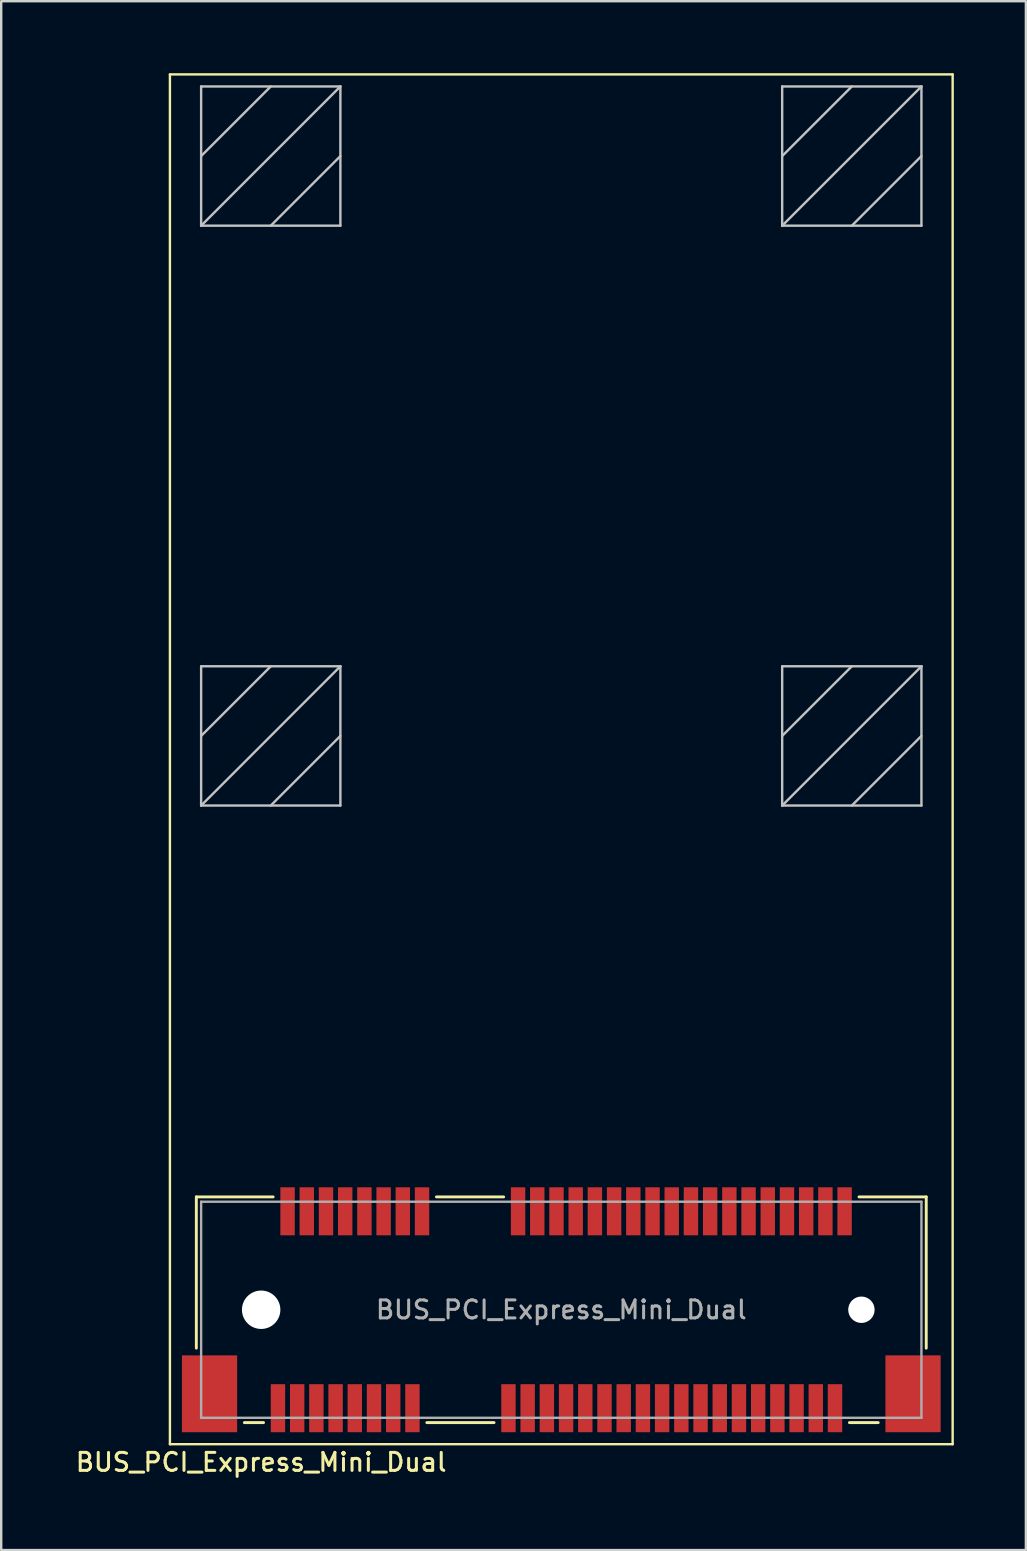
<source format=kicad_pcb>
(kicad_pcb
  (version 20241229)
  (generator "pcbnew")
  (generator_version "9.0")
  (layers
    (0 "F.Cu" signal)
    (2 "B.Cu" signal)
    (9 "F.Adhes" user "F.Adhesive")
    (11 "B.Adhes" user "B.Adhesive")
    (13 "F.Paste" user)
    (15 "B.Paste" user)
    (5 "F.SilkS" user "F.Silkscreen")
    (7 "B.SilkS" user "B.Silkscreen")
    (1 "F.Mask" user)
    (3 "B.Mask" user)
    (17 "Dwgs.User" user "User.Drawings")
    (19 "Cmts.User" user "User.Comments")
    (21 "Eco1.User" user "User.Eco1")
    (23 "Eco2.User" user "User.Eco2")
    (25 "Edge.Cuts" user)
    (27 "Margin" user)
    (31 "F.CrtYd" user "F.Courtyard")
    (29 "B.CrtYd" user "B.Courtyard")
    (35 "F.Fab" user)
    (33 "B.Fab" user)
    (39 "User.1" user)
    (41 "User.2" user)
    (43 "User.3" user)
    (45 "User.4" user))
  (footprint "BUS_PCI_Express_Mini_Dual"
    (layer "F.Cu")
    (at 20.327 51.5)
    (property "Reference" "BUS_PCI_Express_Mini_Dual" (at -12.5 6.35 180) (layer "F.SilkS") (effects (font (size 0.75 0.75) (thickness 0.125))))
    (attr smd)
    (fp_line (start -16.3 -51.45) (end 16.3 -51.45) (stroke (width 0.1) (type solid)) (layer "F.SilkS"))
    (fp_line (start -16.3 5.6) (end -16.3 -51.45) (stroke (width 0.1) (type solid)) (layer "F.SilkS"))
    (fp_line (start -15.2 -4.7) (end -15.2 1.6) (stroke (width 0.12) (type solid)) (layer "F.SilkS"))
    (fp_line (start -13.2 4.7) (end -12.4 4.7) (stroke (width 0.12) (type solid)) (layer "F.SilkS"))
    (fp_line (start -12 -4.7) (end -15.2 -4.7) (stroke (width 0.12) (type solid)) (layer "F.SilkS"))
    (fp_line (start -5.6 4.7) (end -2.8 4.7) (stroke (width 0.12) (type solid)) (layer "F.SilkS"))
    (fp_line (start -5.2 -4.7) (end -2.4 -4.7) (stroke (width 0.12) (type solid)) (layer "F.SilkS"))
    (fp_line (start 12 4.7) (end 13.2 4.7) (stroke (width 0.12) (type solid)) (layer "F.SilkS"))
    (fp_line (start 12.4 -4.7) (end 15.2 -4.7) (stroke (width 0.12) (type solid)) (layer "F.SilkS"))
    (fp_line (start 15.2 1.6) (end 15.2 -4.7) (stroke (width 0.12) (type solid)) (layer "F.SilkS"))
    (fp_line (start 16.3 -51.45) (end 16.3 5.6) (stroke (width 0.1) (type solid)) (layer "F.SilkS"))
    (fp_line (start 16.3 5.6) (end -16.3 5.6) (stroke (width 0.1) (type solid)) (layer "F.SilkS"))
    (fp_line (start -15 -50.95) (end -15 -45.15) (stroke (width 0.1) (type solid)) (layer "Dwgs.User"))
    (fp_line (start -15 -50.95) (end -9.2 -50.95) (stroke (width 0.1) (type solid)) (layer "Dwgs.User"))
    (fp_line (start -15 -45.15) (end -9.2 -45.15) (stroke (width 0.1) (type solid)) (layer "Dwgs.User"))
    (fp_line (start -15 -26.8) (end -15 -21) (stroke (width 0.1) (type solid)) (layer "Dwgs.User"))
    (fp_line (start -15 -21) (end -9.2 -21) (stroke (width 0.1) (type solid)) (layer "Dwgs.User"))
    (fp_line (start -12.1 -50.95) (end -15 -48.05) (stroke (width 0.1) (type solid)) (layer "Dwgs.User"))
    (fp_line (start -12.1 -26.8) (end -15 -23.9) (stroke (width 0.1) (type solid)) (layer "Dwgs.User"))
    (fp_line (start -9.2 -50.95) (end -15 -45.15) (stroke (width 0.1) (type solid)) (layer "Dwgs.User"))
    (fp_line (start -9.2 -50.95) (end -9.2 -45.15) (stroke (width 0.1) (type solid)) (layer "Dwgs.User"))
    (fp_line (start -9.2 -48.05) (end -12.1 -45.15) (stroke (width 0.1) (type solid)) (layer "Dwgs.User"))
    (fp_line (start -9.2 -26.8) (end -15 -26.8) (stroke (width 0.1) (type solid)) (layer "Dwgs.User"))
    (fp_line (start -9.2 -26.8) (end -15 -21) (stroke (width 0.1) (type solid)) (layer "Dwgs.User"))
    (fp_line (start -9.2 -23.9) (end -12.1 -21) (stroke (width 0.1) (type solid)) (layer "Dwgs.User"))
    (fp_line (start -9.2 -21) (end -9.2 -26.8) (stroke (width 0.1) (type solid)) (layer "Dwgs.User"))
    (fp_line (start 9.2 -50.95) (end 9.2 -45.15) (stroke (width 0.1) (type solid)) (layer "Dwgs.User"))
    (fp_line (start 9.2 -50.95) (end 15 -50.95) (stroke (width 0.1) (type solid)) (layer "Dwgs.User"))
    (fp_line (start 9.2 -45.15) (end 15 -45.15) (stroke (width 0.1) (type solid)) (layer "Dwgs.User"))
    (fp_line (start 9.2 -26.8) (end 15 -26.8) (stroke (width 0.1) (type solid)) (layer "Dwgs.User"))
    (fp_line (start 9.2 -21) (end 9.2 -26.8) (stroke (width 0.1) (type solid)) (layer "Dwgs.User"))
    (fp_line (start 12.1 -50.95) (end 9.2 -48.05) (stroke (width 0.1) (type solid)) (layer "Dwgs.User"))
    (fp_line (start 12.1 -26.8) (end 9.2 -23.9) (stroke (width 0.1) (type solid)) (layer "Dwgs.User"))
    (fp_line (start 15 -50.95) (end 9.2 -45.15) (stroke (width 0.1) (type solid)) (layer "Dwgs.User"))
    (fp_line (start 15 -50.95) (end 15 -45.15) (stroke (width 0.1) (type solid)) (layer "Dwgs.User"))
    (fp_line (start 15 -48.05) (end 12.1 -45.15) (stroke (width 0.1) (type solid)) (layer "Dwgs.User"))
    (fp_line (start 15 -26.8) (end 9.2 -21) (stroke (width 0.1) (type solid)) (layer "Dwgs.User"))
    (fp_line (start 15 -26.8) (end 15 -21) (stroke (width 0.1) (type solid)) (layer "Dwgs.User"))
    (fp_line (start 15 -23.9) (end 12.1 -21) (stroke (width 0.1) (type solid)) (layer "Dwgs.User"))
    (fp_line (start 15 -21) (end 9.2 -21) (stroke (width 0.1) (type solid)) (layer "Dwgs.User"))
    (fp_line (start -15 -4.5) (end -15 4.5) (stroke (width 0.1) (type solid)) (layer "F.Fab"))
    (fp_line (start -15 4.5) (end 15 4.5) (stroke (width 0.1) (type solid)) (layer "F.Fab"))
    (fp_line (start 15 -4.5) (end -15 -4.5) (stroke (width 0.1) (type solid)) (layer "F.Fab"))
    (fp_line (start 15 4.5) (end 15 -4.5) (stroke (width 0.1) (type solid)) (layer "F.Fab"))
    (fp_text user "${REFERENCE}" (at 0 0 0) (layer "F.Fab") (effects (font (size 0.75 0.75) (thickness 0.125))))
    (pad "" np_thru_hole circle (at -12.5 0) (size 1.6 1.6) (drill 1.6) (layers "*.Cu" "*.Mask"))
    (pad "" np_thru_hole circle (at 12.5 0) (size 1.1 1.1) (drill 1.1) (layers "*.Cu" "*.Mask"))
    (pad "1" smd rect (at -11.8 4.1) (size 0.6 2) (layers "F.Cu" "F.Mask" "F.Paste"))
    (pad "2" smd rect (at -11.4 -4.1) (size 0.6 2) (layers "F.Cu" "F.Mask" "F.Paste"))
    (pad "3" smd rect (at -11 4.1) (size 0.6 2) (layers "F.Cu" "F.Mask" "F.Paste"))
    (pad "4" smd rect (at -10.6 -4.1) (size 0.6 2) (layers "F.Cu" "F.Mask" "F.Paste"))
    (pad "5" smd rect (at -10.2 4.1) (size 0.6 2) (layers "F.Cu" "F.Mask" "F.Paste"))
    (pad "6" smd rect (at -9.8 -4.1) (size 0.6 2) (layers "F.Cu" "F.Mask" "F.Paste"))
    (pad "7" smd rect (at -9.4 4.1) (size 0.6 2) (layers "F.Cu" "F.Mask" "F.Paste"))
    (pad "8" smd rect (at -9 -4.1) (size 0.6 2) (layers "F.Cu" "F.Mask" "F.Paste"))
    (pad "9" smd rect (at -8.6 4.1) (size 0.6 2) (layers "F.Cu" "F.Mask" "F.Paste"))
    (pad "10" smd rect (at -8.2 -4.1) (size 0.6 2) (layers "F.Cu" "F.Mask" "F.Paste"))
    (pad "11" smd rect (at -7.8 4.1) (size 0.6 2) (layers "F.Cu" "F.Mask" "F.Paste"))
    (pad "12" smd rect (at -7.4 -4.1) (size 0.6 2) (layers "F.Cu" "F.Mask" "F.Paste"))
    (pad "13" smd rect (at -7 4.1) (size 0.6 2) (layers "F.Cu" "F.Mask" "F.Paste"))
    (pad "14" smd rect (at -6.6 -4.1) (size 0.6 2) (layers "F.Cu" "F.Mask" "F.Paste"))
    (pad "15" smd rect (at -6.2 4.1) (size 0.6 2) (layers "F.Cu" "F.Mask" "F.Paste"))
    (pad "16" smd rect (at -5.8 -4.1) (size 0.6 2) (layers "F.Cu" "F.Mask" "F.Paste"))
    (pad "17" smd rect (at -2.2 4.1) (size 0.6 2) (layers "F.Cu" "F.Mask" "F.Paste"))
    (pad "18" smd rect (at -1.8 -4.1) (size 0.6 2) (layers "F.Cu" "F.Mask" "F.Paste"))
    (pad "19" smd rect (at -1.4 4.1) (size 0.6 2) (layers "F.Cu" "F.Mask" "F.Paste"))
    (pad "20" smd rect (at -1 -4.1) (size 0.6 2) (layers "F.Cu" "F.Mask" "F.Paste"))
    (pad "21" smd rect (at -0.6 4.1) (size 0.6 2) (layers "F.Cu" "F.Mask" "F.Paste"))
    (pad "22" smd rect (at -0.2 -4.1) (size 0.6 2) (layers "F.Cu" "F.Mask" "F.Paste"))
    (pad "23" smd rect (at 0.2 4.1) (size 0.6 2) (layers "F.Cu" "F.Mask" "F.Paste"))
    (pad "24" smd rect (at 0.6 -4.1) (size 0.6 2) (layers "F.Cu" "F.Mask" "F.Paste"))
    (pad "25" smd rect (at 1 4.1) (size 0.6 2) (layers "F.Cu" "F.Mask" "F.Paste"))
    (pad "26" smd rect (at 1.4 -4.1) (size 0.6 2) (layers "F.Cu" "F.Mask" "F.Paste"))
    (pad "27" smd rect (at 1.8 4.1) (size 0.6 2) (layers "F.Cu" "F.Mask" "F.Paste"))
    (pad "28" smd rect (at 2.2 -4.1) (size 0.6 2) (layers "F.Cu" "F.Mask" "F.Paste"))
    (pad "29" smd rect (at 2.6 4.1) (size 0.6 2) (layers "F.Cu" "F.Mask" "F.Paste"))
    (pad "30" smd rect (at 3 -4.1) (size 0.6 2) (layers "F.Cu" "F.Mask" "F.Paste"))
    (pad "31" smd rect (at 3.4 4.1) (size 0.6 2) (layers "F.Cu" "F.Mask" "F.Paste"))
    (pad "32" smd rect (at 3.8 -4.1) (size 0.6 2) (layers "F.Cu" "F.Mask" "F.Paste"))
    (pad "33" smd rect (at 4.2 4.1) (size 0.6 2) (layers "F.Cu" "F.Mask" "F.Paste"))
    (pad "34" smd rect (at 4.6 -4.1) (size 0.6 2) (layers "F.Cu" "F.Mask" "F.Paste"))
    (pad "35" smd rect (at 5 4.1) (size 0.6 2) (layers "F.Cu" "F.Mask" "F.Paste"))
    (pad "36" smd rect (at 5.4 -4.1) (size 0.6 2) (layers "F.Cu" "F.Mask" "F.Paste"))
    (pad "37" smd rect (at 5.8 4.1) (size 0.6 2) (layers "F.Cu" "F.Mask" "F.Paste"))
    (pad "38" smd rect (at 6.2 -4.1) (size 0.6 2) (layers "F.Cu" "F.Mask" "F.Paste"))
    (pad "39" smd rect (at 6.6 4.1) (size 0.6 2) (layers "F.Cu" "F.Mask" "F.Paste"))
    (pad "40" smd rect (at 7 -4.1) (size 0.6 2) (layers "F.Cu" "F.Mask" "F.Paste"))
    (pad "41" smd rect (at 7.4 4.1) (size 0.6 2) (layers "F.Cu" "F.Mask" "F.Paste"))
    (pad "42" smd rect (at 7.8 -4.1) (size 0.6 2) (layers "F.Cu" "F.Mask" "F.Paste"))
    (pad "43" smd rect (at 8.2 4.1) (size 0.6 2) (layers "F.Cu" "F.Mask" "F.Paste"))
    (pad "44" smd rect (at 8.6 -4.1) (size 0.6 2) (layers "F.Cu" "F.Mask" "F.Paste"))
    (pad "45" smd rect (at 9 4.1) (size 0.6 2) (layers "F.Cu" "F.Mask" "F.Paste"))
    (pad "46" smd rect (at 9.4 -4.1) (size 0.6 2) (layers "F.Cu" "F.Mask" "F.Paste"))
    (pad "47" smd rect (at 9.8 4.1) (size 0.6 2) (layers "F.Cu" "F.Mask" "F.Paste"))
    (pad "48" smd rect (at 10.2 -4.1) (size 0.6 2) (layers "F.Cu" "F.Mask" "F.Paste"))
    (pad "49" smd rect (at 10.6 4.1) (size 0.6 2) (layers "F.Cu" "F.Mask" "F.Paste"))
    (pad "50" smd rect (at 11 -4.1) (size 0.6 2) (layers "F.Cu" "F.Mask" "F.Paste"))
    (pad "51" smd rect (at 11.4 4.1) (size 0.6 2) (layers "F.Cu" "F.Mask" "F.Paste"))
    (pad "52" smd rect (at 11.8 -4.1) (size 0.6 2) (layers "F.Cu" "F.Mask" "F.Paste"))
    (pad "MP" smd rect (at -14.65 3.5) (size 2.3 3.2) (layers "F.Cu" "F.Mask" "F.Paste"))
    (pad "MP" smd rect (at 14.65 3.5) (size 2.3 3.2) (layers "F.Cu" "F.Mask" "F.Paste")))
  (gr_rect
    (start -3 -3)
    (end 39.677 61.508)
    (stroke (width 0.1) (type default))
    (fill no)
    (layer "Edge.Cuts")))
</source>
